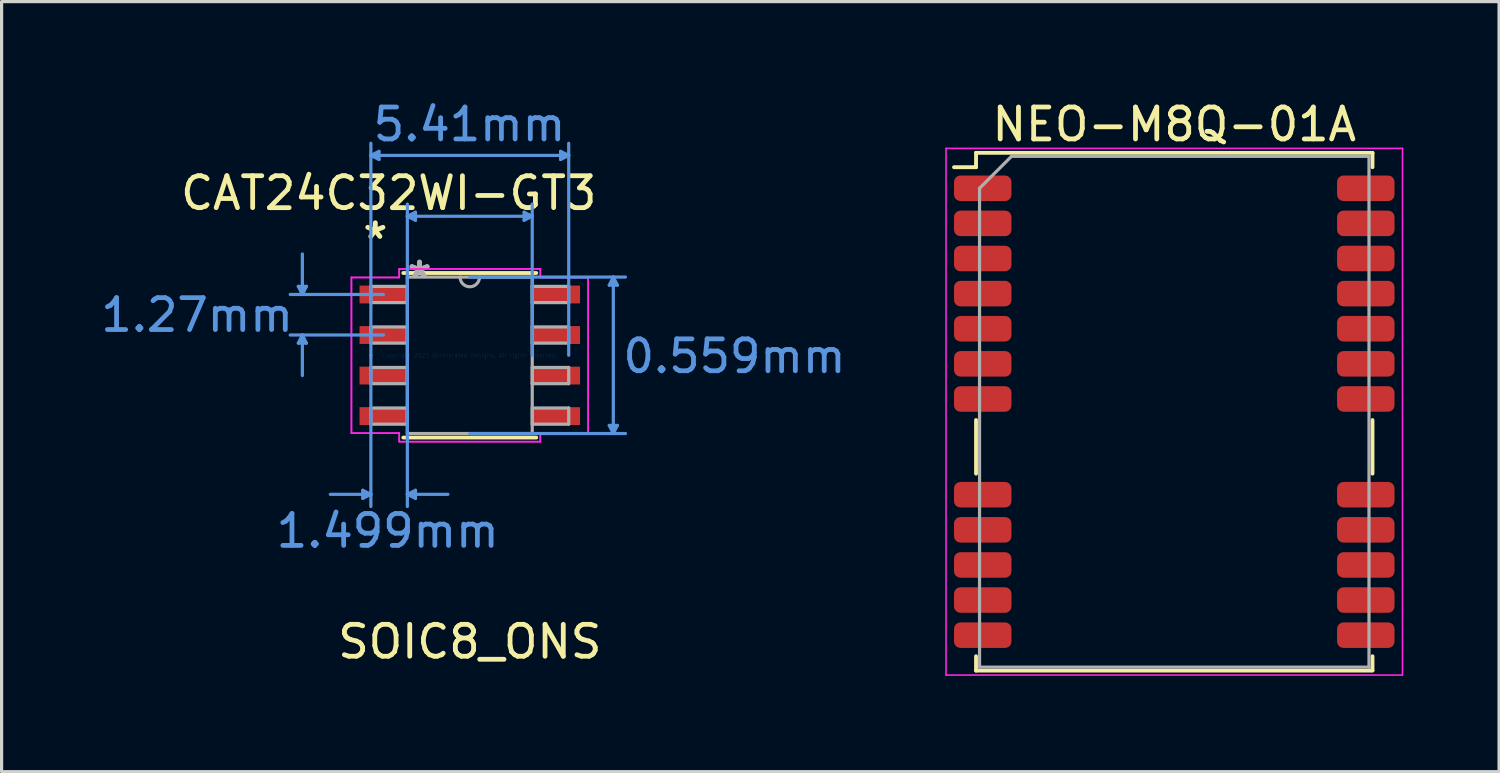
<source format=kicad_pcb>
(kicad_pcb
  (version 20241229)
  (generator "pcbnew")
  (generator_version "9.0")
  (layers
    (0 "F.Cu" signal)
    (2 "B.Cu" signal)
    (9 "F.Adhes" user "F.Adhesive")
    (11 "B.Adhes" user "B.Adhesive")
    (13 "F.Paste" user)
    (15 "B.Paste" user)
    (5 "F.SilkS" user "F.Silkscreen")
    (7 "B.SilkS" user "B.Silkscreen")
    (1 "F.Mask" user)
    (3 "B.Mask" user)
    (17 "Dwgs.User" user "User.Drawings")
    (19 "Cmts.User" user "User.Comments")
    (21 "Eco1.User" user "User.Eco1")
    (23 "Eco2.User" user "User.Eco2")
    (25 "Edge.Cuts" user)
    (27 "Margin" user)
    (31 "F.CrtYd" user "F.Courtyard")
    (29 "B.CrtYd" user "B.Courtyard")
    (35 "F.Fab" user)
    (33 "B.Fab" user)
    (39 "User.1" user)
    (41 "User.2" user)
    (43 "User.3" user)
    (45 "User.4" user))
  (footprint "NEO-M8Q-01A"
    (layer "F.Cu")
    (at 33.736 9.848)
    (property "Reference" "NEO-M8Q-01A" (at 0 -9 0) (layer "F.SilkS") (effects (font (size 1 1) (thickness 0.15))))
    (attr smd)
    (fp_line (start -6.9 -7.66) (end -6.21 -7.66) (stroke (width 0.12) (type solid)) (layer "F.SilkS"))
    (fp_line (start -6.21 -8.11) (end -6.21 -7.66) (stroke (width 0.12) (type solid)) (layer "F.SilkS"))
    (fp_line (start -6.21 -8.11) (end 6.21 -8.11) (stroke (width 0.12) (type solid)) (layer "F.SilkS"))
    (fp_line (start -6.21 0.26) (end -6.21 1.94) (stroke (width 0.12) (type solid)) (layer "F.SilkS"))
    (fp_line (start -6.21 7.66) (end -6.21 8.11) (stroke (width 0.12) (type solid)) (layer "F.SilkS"))
    (fp_line (start -6.21 8.11) (end 6.21 8.11) (stroke (width 0.12) (type solid)) (layer "F.SilkS"))
    (fp_line (start 6.21 -8.11) (end 6.21 -7.66) (stroke (width 0.12) (type solid)) (layer "F.SilkS"))
    (fp_line (start 6.21 0.26) (end 6.21 1.94) (stroke (width 0.12) (type solid)) (layer "F.SilkS"))
    (fp_line (start 6.21 7.66) (end 6.21 8.1) (stroke (width 0.12) (type solid)) (layer "F.SilkS"))
    (fp_line (start -7.15 -8.25) (end -7.15 8.25) (stroke (width 0.05) (type solid)) (layer "F.CrtYd"))
    (fp_line (start -7.15 -8.25) (end 7.15 -8.25) (stroke (width 0.05) (type solid)) (layer "F.CrtYd"))
    (fp_line (start -7.15 8.25) (end 7.15 8.25) (stroke (width 0.05) (type solid)) (layer "F.CrtYd"))
    (fp_line (start 7.15 -8.25) (end 7.15 8.25) (stroke (width 0.05) (type solid)) (layer "F.CrtYd"))
    (fp_line (start -6.1 -7) (end -6.1 8) (stroke (width 0.1) (type solid)) (layer "F.Fab"))
    (fp_line (start -6.1 8) (end 6.1 8) (stroke (width 0.1) (type solid)) (layer "F.Fab"))
    (fp_line (start -5.1 -8) (end -6.1 -7) (stroke (width 0.1) (type solid)) (layer "F.Fab"))
    (fp_line (start -5.1 -8) (end 6.1 -8) (stroke (width 0.1) (type solid)) (layer "F.Fab"))
    (fp_line (start 6.1 -8) (end 6.1 8) (stroke (width 0.1) (type solid)) (layer "F.Fab"))
    (pad "1" smd roundrect (at -6 -7) (size 1.8 0.8) (layers "F.Cu" "F.Mask" "F.Paste") (roundrect_rratio 0.25))
    (pad "2" smd roundrect (at -6 -5.9) (size 1.8 0.8) (layers "F.Cu" "F.Mask" "F.Paste") (roundrect_rratio 0.25))
    (pad "3" smd roundrect (at -6 -4.8) (size 1.8 0.8) (layers "F.Cu" "F.Mask" "F.Paste") (roundrect_rratio 0.25))
    (pad "4" smd roundrect (at -6 -3.7) (size 1.8 0.8) (layers "F.Cu" "F.Mask" "F.Paste") (roundrect_rratio 0.25))
    (pad "5" smd roundrect (at -6 -2.6) (size 1.8 0.8) (layers "F.Cu" "F.Mask" "F.Paste") (roundrect_rratio 0.25))
    (pad "6" smd roundrect (at -6 -1.5) (size 1.8 0.8) (layers "F.Cu" "F.Mask" "F.Paste") (roundrect_rratio 0.25))
    (pad "7" smd roundrect (at -6 -0.4) (size 1.8 0.8) (layers "F.Cu" "F.Mask" "F.Paste") (roundrect_rratio 0.25))
    (pad "8" smd roundrect (at -6 2.6) (size 1.8 0.8) (layers "F.Cu" "F.Mask" "F.Paste") (roundrect_rratio 0.25))
    (pad "9" smd roundrect (at -6 3.7) (size 1.8 0.8) (layers "F.Cu" "F.Mask" "F.Paste") (roundrect_rratio 0.25))
    (pad "10" smd roundrect (at -6 4.8) (size 1.8 0.8) (layers "F.Cu" "F.Mask" "F.Paste") (roundrect_rratio 0.25))
    (pad "11" smd roundrect (at -6 5.9) (size 1.8 0.8) (layers "F.Cu" "F.Mask" "F.Paste") (roundrect_rratio 0.25))
    (pad "12" smd roundrect (at -6 7) (size 1.8 0.8) (layers "F.Cu" "F.Mask" "F.Paste") (roundrect_rratio 0.25))
    (pad "13" smd roundrect (at 6 7) (size 1.8 0.8) (layers "F.Cu" "F.Mask" "F.Paste") (roundrect_rratio 0.25))
    (pad "14" smd roundrect (at 6 5.9) (size 1.8 0.8) (layers "F.Cu" "F.Mask" "F.Paste") (roundrect_rratio 0.25))
    (pad "15" smd roundrect (at 6 4.8) (size 1.8 0.8) (layers "F.Cu" "F.Mask" "F.Paste") (roundrect_rratio 0.25))
    (pad "16" smd roundrect (at 6 3.7) (size 1.8 0.8) (layers "F.Cu" "F.Mask" "F.Paste") (roundrect_rratio 0.25))
    (pad "17" smd roundrect (at 6 2.6) (size 1.8 0.8) (layers "F.Cu" "F.Mask" "F.Paste") (roundrect_rratio 0.25))
    (pad "18" smd roundrect (at 6 -0.4) (size 1.8 0.8) (layers "F.Cu" "F.Mask" "F.Paste") (roundrect_rratio 0.25))
    (pad "19" smd roundrect (at 6 -1.5) (size 1.8 0.8) (layers "F.Cu" "F.Mask" "F.Paste") (roundrect_rratio 0.25))
    (pad "20" smd roundrect (at 6 -2.6) (size 1.8 0.8) (layers "F.Cu" "F.Mask" "F.Paste") (roundrect_rratio 0.25))
    (pad "21" smd roundrect (at 6 -3.7) (size 1.8 0.8) (layers "F.Cu" "F.Mask" "F.Paste") (roundrect_rratio 0.25))
    (pad "22" smd roundrect (at 6 -4.8) (size 1.8 0.8) (layers "F.Cu" "F.Mask" "F.Paste") (roundrect_rratio 0.25))
    (pad "23" smd roundrect (at 6 -5.9) (size 1.8 0.8) (layers "F.Cu" "F.Mask" "F.Paste") (roundrect_rratio 0.25))
    (pad "24" smd roundrect (at 6 -7) (size 1.8 0.8) (layers "F.Cu" "F.Mask" "F.Paste") (roundrect_rratio 0.25)))
  (footprint "CAT24C32WI-GT3"
    (layer "F.Cu")
    (at 11.667 8.08)
    (property "Reference" "CAT24C32WI-GT3" (at -2.54 -5.08 0) (layer "F.SilkS") (effects (font (size 1 1) (thickness 0.15))))
    (attr through_hole)
    (fp_line (start -2.083 2.578) (end 2.083 2.578) (stroke (width 0.12) (type solid)) (layer "F.SilkS"))
    (fp_line (start 2.083 -2.578) (end -2.083 -2.578) (stroke (width 0.12) (type solid)) (layer "F.SilkS"))
    (fp_line (start -5.372 -2.159) (end -5.118 -2.159) (stroke (width 0.1) (type solid)) (layer "Cmts.User"))
    (fp_line (start -5.372 -0.381) (end -5.118 -0.381) (stroke (width 0.1) (type solid)) (layer "Cmts.User"))
    (fp_line (start -5.245 -1.905) (end -5.372 -2.159) (stroke (width 0.1) (type solid)) (layer "Cmts.User"))
    (fp_line (start -5.245 -1.905) (end -5.245 -3.175) (stroke (width 0.1) (type solid)) (layer "Cmts.User"))
    (fp_line (start -5.245 -1.905) (end -5.118 -2.159) (stroke (width 0.1) (type solid)) (layer "Cmts.User"))
    (fp_line (start -5.245 -0.635) (end -5.372 -0.381) (stroke (width 0.1) (type solid)) (layer "Cmts.User"))
    (fp_line (start -5.245 -0.635) (end -5.245 0.635) (stroke (width 0.1) (type solid)) (layer "Cmts.User"))
    (fp_line (start -5.245 -0.635) (end -5.118 -0.381) (stroke (width 0.1) (type solid)) (layer "Cmts.User"))
    (fp_line (start -3.353 4.229) (end -3.353 4.483) (stroke (width 0.1) (type solid)) (layer "Cmts.User"))
    (fp_line (start -3.099 -6.261) (end -2.845 -6.388) (stroke (width 0.1) (type solid)) (layer "Cmts.User"))
    (fp_line (start -3.099 -6.261) (end -2.845 -6.134) (stroke (width 0.1) (type solid)) (layer "Cmts.User"))
    (fp_line (start -3.099 -6.261) (end 3.099 -6.261) (stroke (width 0.1) (type solid)) (layer "Cmts.User"))
    (fp_line (start -3.099 0) (end -3.099 -6.642) (stroke (width 0.1) (type solid)) (layer "Cmts.User"))
    (fp_line (start -3.099 0) (end -3.099 4.737) (stroke (width 0.1) (type solid)) (layer "Cmts.User"))
    (fp_line (start -3.099 4.356) (end -4.369 4.356) (stroke (width 0.1) (type solid)) (layer "Cmts.User"))
    (fp_line (start -3.099 4.356) (end -3.353 4.229) (stroke (width 0.1) (type solid)) (layer "Cmts.User"))
    (fp_line (start -3.099 4.356) (end -3.353 4.483) (stroke (width 0.1) (type solid)) (layer "Cmts.User"))
    (fp_line (start -2.845 -6.388) (end -2.845 -6.134) (stroke (width 0.1) (type solid)) (layer "Cmts.User"))
    (fp_line (start -2.705 -1.905) (end -5.626 -1.905) (stroke (width 0.1) (type solid)) (layer "Cmts.User"))
    (fp_line (start -2.705 -0.635) (end -5.626 -0.635) (stroke (width 0.1) (type solid)) (layer "Cmts.User"))
    (fp_line (start -1.956 -4.356) (end -1.702 -4.483) (stroke (width 0.1) (type solid)) (layer "Cmts.User"))
    (fp_line (start -1.956 -4.356) (end -1.702 -4.229) (stroke (width 0.1) (type solid)) (layer "Cmts.User"))
    (fp_line (start -1.956 -4.356) (end 1.956 -4.356) (stroke (width 0.1) (type solid)) (layer "Cmts.User"))
    (fp_line (start -1.956 0) (end -1.956 -4.737) (stroke (width 0.1) (type solid)) (layer "Cmts.User"))
    (fp_line (start -1.956 0) (end -1.956 4.737) (stroke (width 0.1) (type solid)) (layer "Cmts.User"))
    (fp_line (start -1.956 4.356) (end -1.702 4.229) (stroke (width 0.1) (type solid)) (layer "Cmts.User"))
    (fp_line (start -1.956 4.356) (end -1.702 4.483) (stroke (width 0.1) (type solid)) (layer "Cmts.User"))
    (fp_line (start -1.956 4.356) (end -0.686 4.356) (stroke (width 0.1) (type solid)) (layer "Cmts.User"))
    (fp_line (start -1.702 -4.483) (end -1.702 -4.229) (stroke (width 0.1) (type solid)) (layer "Cmts.User"))
    (fp_line (start -1.702 4.229) (end -1.702 4.483) (stroke (width 0.1) (type solid)) (layer "Cmts.User"))
    (fp_line (start 0 -2.451) (end 4.877 -2.451) (stroke (width 0.1) (type solid)) (layer "Cmts.User"))
    (fp_line (start 0 2.451) (end 4.877 2.451) (stroke (width 0.1) (type solid)) (layer "Cmts.User"))
    (fp_line (start 1.702 -4.483) (end 1.702 -4.229) (stroke (width 0.1) (type solid)) (layer "Cmts.User"))
    (fp_line (start 1.956 -4.356) (end 1.702 -4.483) (stroke (width 0.1) (type solid)) (layer "Cmts.User"))
    (fp_line (start 1.956 -4.356) (end 1.702 -4.229) (stroke (width 0.1) (type solid)) (layer "Cmts.User"))
    (fp_line (start 1.956 0) (end 1.956 -4.737) (stroke (width 0.1) (type solid)) (layer "Cmts.User"))
    (fp_line (start 2.845 -6.388) (end 2.845 -6.134) (stroke (width 0.1) (type solid)) (layer "Cmts.User"))
    (fp_line (start 3.099 -6.261) (end 2.845 -6.388) (stroke (width 0.1) (type solid)) (layer "Cmts.User"))
    (fp_line (start 3.099 -6.261) (end 2.845 -6.134) (stroke (width 0.1) (type solid)) (layer "Cmts.User"))
    (fp_line (start 3.099 0) (end 3.099 -6.642) (stroke (width 0.1) (type solid)) (layer "Cmts.User"))
    (fp_line (start 4.369 -2.197) (end 4.623 -2.197) (stroke (width 0.1) (type solid)) (layer "Cmts.User"))
    (fp_line (start 4.369 2.197) (end 4.623 2.197) (stroke (width 0.1) (type solid)) (layer "Cmts.User"))
    (fp_line (start 4.496 -2.451) (end 4.369 -2.197) (stroke (width 0.1) (type solid)) (layer "Cmts.User"))
    (fp_line (start 4.496 -2.451) (end 4.496 2.451) (stroke (width 0.1) (type solid)) (layer "Cmts.User"))
    (fp_line (start 4.496 -2.451) (end 4.623 -2.197) (stroke (width 0.1) (type solid)) (layer "Cmts.User"))
    (fp_line (start 4.496 2.451) (end 4.369 2.197) (stroke (width 0.1) (type solid)) (layer "Cmts.User"))
    (fp_line (start 4.496 2.451) (end 4.623 2.197) (stroke (width 0.1) (type solid)) (layer "Cmts.User"))
    (fp_line (start -3.708 -2.438) (end -2.21 -2.438) (stroke (width 0.05) (type solid)) (layer "F.CrtYd"))
    (fp_line (start -3.708 -2.438) (end -2.21 -2.438) (stroke (width 0.05) (type solid)) (layer "F.CrtYd"))
    (fp_line (start -3.708 2.438) (end -3.708 -2.438) (stroke (width 0.05) (type solid)) (layer "F.CrtYd"))
    (fp_line (start -3.708 2.438) (end -3.708 -2.438) (stroke (width 0.05) (type solid)) (layer "F.CrtYd"))
    (fp_line (start -3.708 2.438) (end -2.21 2.438) (stroke (width 0.05) (type solid)) (layer "F.CrtYd"))
    (fp_line (start -2.21 -2.705) (end 2.21 -2.705) (stroke (width 0.05) (type solid)) (layer "F.CrtYd"))
    (fp_line (start -2.21 -2.705) (end 2.21 -2.705) (stroke (width 0.05) (type solid)) (layer "F.CrtYd"))
    (fp_line (start -2.21 -2.438) (end -2.21 -2.705) (stroke (width 0.05) (type solid)) (layer "F.CrtYd"))
    (fp_line (start -2.21 -2.438) (end -2.21 -2.705) (stroke (width 0.05) (type solid)) (layer "F.CrtYd"))
    (fp_line (start -2.21 2.438) (end -3.708 2.438) (stroke (width 0.05) (type solid)) (layer "F.CrtYd"))
    (fp_line (start -2.21 2.705) (end -2.21 2.438) (stroke (width 0.05) (type solid)) (layer "F.CrtYd"))
    (fp_line (start -2.21 2.705) (end -2.21 2.438) (stroke (width 0.05) (type solid)) (layer "F.CrtYd"))
    (fp_line (start 2.21 -2.705) (end 2.21 -2.438) (stroke (width 0.05) (type solid)) (layer "F.CrtYd"))
    (fp_line (start 2.21 -2.705) (end 2.21 -2.438) (stroke (width 0.05) (type solid)) (layer "F.CrtYd"))
    (fp_line (start 2.21 -2.438) (end 3.708 -2.438) (stroke (width 0.05) (type solid)) (layer "F.CrtYd"))
    (fp_line (start 2.21 2.438) (end 2.21 2.705) (stroke (width 0.05) (type solid)) (layer "F.CrtYd"))
    (fp_line (start 2.21 2.438) (end 2.21 2.705) (stroke (width 0.05) (type solid)) (layer "F.CrtYd"))
    (fp_line (start 2.21 2.705) (end -2.21 2.705) (stroke (width 0.05) (type solid)) (layer "F.CrtYd"))
    (fp_line (start 2.21 2.705) (end -2.21 2.705) (stroke (width 0.05) (type solid)) (layer "F.CrtYd"))
    (fp_line (start 3.708 -2.438) (end 2.21 -2.438) (stroke (width 0.05) (type solid)) (layer "F.CrtYd"))
    (fp_line (start 3.708 -2.438) (end 3.708 2.438) (stroke (width 0.05) (type solid)) (layer "F.CrtYd"))
    (fp_line (start 3.708 -2.438) (end 3.708 2.438) (stroke (width 0.05) (type solid)) (layer "F.CrtYd"))
    (fp_line (start 3.708 2.438) (end 2.21 2.438) (stroke (width 0.05) (type solid)) (layer "F.CrtYd"))
    (fp_line (start 3.708 2.438) (end 2.21 2.438) (stroke (width 0.05) (type solid)) (layer "F.CrtYd"))
    (fp_line (start -3.099 -2.159) (end -3.099 -1.651) (stroke (width 0.1) (type solid)) (layer "F.Fab"))
    (fp_line (start -3.099 -1.651) (end -1.956 -1.651) (stroke (width 0.1) (type solid)) (layer "F.Fab"))
    (fp_line (start -3.099 -0.889) (end -3.099 -0.381) (stroke (width 0.1) (type solid)) (layer "F.Fab"))
    (fp_line (start -3.099 -0.381) (end -1.956 -0.381) (stroke (width 0.1) (type solid)) (layer "F.Fab"))
    (fp_line (start -3.099 0.381) (end -3.099 0.889) (stroke (width 0.1) (type solid)) (layer "F.Fab"))
    (fp_line (start -3.099 0.889) (end -1.956 0.889) (stroke (width 0.1) (type solid)) (layer "F.Fab"))
    (fp_line (start -3.099 1.651) (end -3.099 2.159) (stroke (width 0.1) (type solid)) (layer "F.Fab"))
    (fp_line (start -3.099 2.159) (end -1.956 2.159) (stroke (width 0.1) (type solid)) (layer "F.Fab"))
    (fp_line (start -1.956 -2.451) (end -1.956 2.451) (stroke (width 0.1) (type solid)) (layer "F.Fab"))
    (fp_line (start -1.956 -2.159) (end -3.099 -2.159) (stroke (width 0.1) (type solid)) (layer "F.Fab"))
    (fp_line (start -1.956 -1.651) (end -1.956 -2.159) (stroke (width 0.1) (type solid)) (layer "F.Fab"))
    (fp_line (start -1.956 -0.889) (end -3.099 -0.889) (stroke (width 0.1) (type solid)) (layer "F.Fab"))
    (fp_line (start -1.956 -0.381) (end -1.956 -0.889) (stroke (width 0.1) (type solid)) (layer "F.Fab"))
    (fp_line (start -1.956 0.381) (end -3.099 0.381) (stroke (width 0.1) (type solid)) (layer "F.Fab"))
    (fp_line (start -1.956 0.889) (end -1.956 0.381) (stroke (width 0.1) (type solid)) (layer "F.Fab"))
    (fp_line (start -1.956 1.651) (end -3.099 1.651) (stroke (width 0.1) (type solid)) (layer "F.Fab"))
    (fp_line (start -1.956 2.159) (end -1.956 1.651) (stroke (width 0.1) (type solid)) (layer "F.Fab"))
    (fp_line (start -1.956 2.451) (end 1.956 2.451) (stroke (width 0.1) (type solid)) (layer "F.Fab"))
    (fp_line (start 1.956 -2.451) (end -1.956 -2.451) (stroke (width 0.1) (type solid)) (layer "F.Fab"))
    (fp_line (start 1.956 -2.159) (end 1.956 -1.651) (stroke (width 0.1) (type solid)) (layer "F.Fab"))
    (fp_line (start 1.956 -1.651) (end 3.099 -1.651) (stroke (width 0.1) (type solid)) (layer "F.Fab"))
    (fp_line (start 1.956 -0.889) (end 1.956 -0.381) (stroke (width 0.1) (type solid)) (layer "F.Fab"))
    (fp_line (start 1.956 -0.381) (end 3.099 -0.381) (stroke (width 0.1) (type solid)) (layer "F.Fab"))
    (fp_line (start 1.956 0.381) (end 1.956 0.889) (stroke (width 0.1) (type solid)) (layer "F.Fab"))
    (fp_line (start 1.956 0.889) (end 3.099 0.889) (stroke (width 0.1) (type solid)) (layer "F.Fab"))
    (fp_line (start 1.956 1.651) (end 1.956 2.159) (stroke (width 0.1) (type solid)) (layer "F.Fab"))
    (fp_line (start 1.956 2.159) (end 3.099 2.159) (stroke (width 0.1) (type solid)) (layer "F.Fab"))
    (fp_line (start 1.956 2.451) (end 1.956 -2.451) (stroke (width 0.1) (type solid)) (layer "F.Fab"))
    (fp_line (start 3.099 -2.159) (end 1.956 -2.159) (stroke (width 0.1) (type solid)) (layer "F.Fab"))
    (fp_line (start 3.099 -1.651) (end 3.099 -2.159) (stroke (width 0.1) (type solid)) (layer "F.Fab"))
    (fp_line (start 3.099 -0.889) (end 1.956 -0.889) (stroke (width 0.1) (type solid)) (layer "F.Fab"))
    (fp_line (start 3.099 -0.381) (end 3.099 -0.889) (stroke (width 0.1) (type solid)) (layer "F.Fab"))
    (fp_line (start 3.099 0.381) (end 1.956 0.381) (stroke (width 0.1) (type solid)) (layer "F.Fab"))
    (fp_line (start 3.099 0.889) (end 3.099 0.381) (stroke (width 0.1) (type solid)) (layer "F.Fab"))
    (fp_line (start 3.099 1.651) (end 1.956 1.651) (stroke (width 0.1) (type solid)) (layer "F.Fab"))
    (fp_line (start 3.099 2.159) (end 3.099 1.651) (stroke (width 0.1) (type solid)) (layer "F.Fab"))
    (fp_arc (start 0.3048 -2.4511) (mid 0 -2.1463) (end -0.3048 -2.4511) (stroke (width 0.1) (type solid)) (layer "F.Fab"))
    (fp_text user "*" (at -2.959 -3.607 0) (layer "F.SilkS") (effects (font (size 1 1) (thickness 0.15))))
    (fp_text user "SOIC8_ONS" (at 0 8.973 0) (layer "F.SilkS") (effects (font (size 1 1) (thickness 0.15))))
    (fp_text user "0.559mm" (at 8.293 0.03 0) (layer "Cmts.User") (effects (font (size 1 1) (thickness 0.15))))
    (fp_text user "1.499mm" (at -2.571 5.5 0) (layer "Cmts.User") (effects (font (size 1 1) (thickness 0.15))))
    (fp_text user "1.27mm" (at -8.542 -1.261 0) (layer "Cmts.User") (effects (font (size 1 1) (thickness 0.15))))
    (fp_text user "Copyright 2021 Accelerated Designs. All rights reserved." (at 0 0 0) (layer "Cmts.User") (effects (font (size 0.127 0.127) (thickness 0.002))))
    (fp_text user "5.41mm" (at -0.009 -7.232 0) (layer "Cmts.User") (effects (font (size 1 1) (thickness 0.15))))
    (fp_text user "*" (at -1.575 -2.375 0) (layer "F.Fab") (effects (font (size 1 1) (thickness 0.15))))
    (fp_text user "*" (at -1.575 -2.375 0) (layer "F.Fab") (effects (font (size 1 1) (thickness 0.15))))
    (pad "1" smd rect (at -2.705 -1.905) (size 1.499 0.559) (layers "F.Cu" "F.Mask" "F.Paste"))
    (pad "2" smd rect (at -2.705 -0.635) (size 1.499 0.559) (layers "F.Cu" "F.Mask" "F.Paste"))
    (pad "3" smd rect (at -2.705 0.635) (size 1.499 0.559) (layers "F.Cu" "F.Mask" "F.Paste"))
    (pad "4" smd rect (at -2.705 1.905) (size 1.499 0.559) (layers "F.Cu" "F.Mask" "F.Paste"))
    (pad "5" smd rect (at 2.705 1.905) (size 1.499 0.559) (layers "F.Cu" "F.Mask" "F.Paste"))
    (pad "6" smd rect (at 2.705 0.635) (size 1.499 0.559) (layers "F.Cu" "F.Mask" "F.Paste"))
    (pad "7" smd rect (at 2.705 -0.635) (size 1.499 0.559) (layers "F.Cu" "F.Mask" "F.Paste"))
    (pad "8" smd rect (at 2.705 -1.905) (size 1.499 0.559) (layers "F.Cu" "F.Mask" "F.Paste")))
  (gr_rect
    (start -3 -3)
    (end 43.911 21.123)
    (stroke (width 0.1) (type default))
    (fill no)
    (layer "Edge.Cuts")))
</source>
